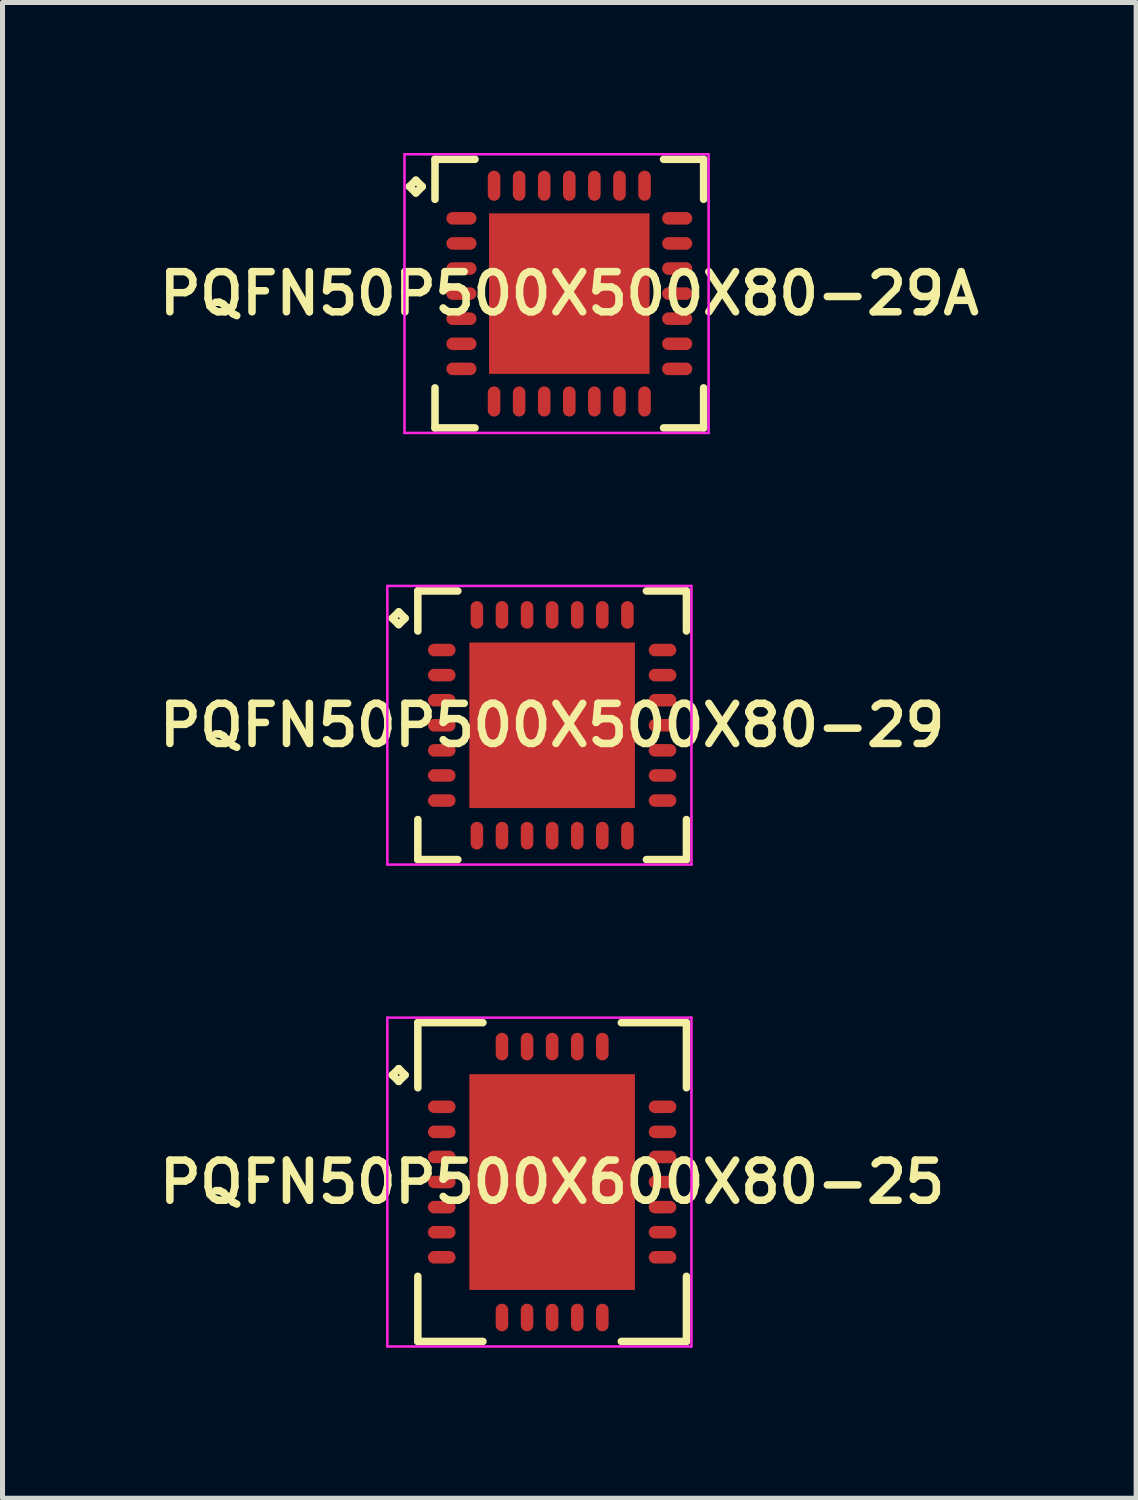
<source format=kicad_pcb>
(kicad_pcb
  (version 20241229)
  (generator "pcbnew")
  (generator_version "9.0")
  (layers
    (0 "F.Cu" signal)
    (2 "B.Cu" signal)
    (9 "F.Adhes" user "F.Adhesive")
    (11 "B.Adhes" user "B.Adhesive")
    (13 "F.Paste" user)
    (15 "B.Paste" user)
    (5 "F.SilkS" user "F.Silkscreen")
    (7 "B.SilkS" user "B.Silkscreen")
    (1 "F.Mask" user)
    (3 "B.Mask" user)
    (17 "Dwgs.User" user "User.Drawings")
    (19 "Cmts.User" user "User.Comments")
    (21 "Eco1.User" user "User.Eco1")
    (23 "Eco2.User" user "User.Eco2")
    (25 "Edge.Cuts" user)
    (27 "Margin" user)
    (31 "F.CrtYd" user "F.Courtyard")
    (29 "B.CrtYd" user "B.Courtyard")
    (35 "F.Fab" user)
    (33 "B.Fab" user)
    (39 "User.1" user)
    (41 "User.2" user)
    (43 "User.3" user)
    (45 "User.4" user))
  (footprint "PQFN50P500X600X80-25"
    (layer "F.Cu")
    (at 7.955 20.51)
    (property "Reference" "PQFN50P500X600X80-25" (at 0 0 0) (layer "F.SilkS") (effects (font (size 0.8 0.8) (thickness 0.15))))
    (attr smd)
    (fp_line (start -3.185 -2.133) (end -3.058 -2.26) (stroke (width 0.15) (type solid)) (layer "F.SilkS"))
    (fp_line (start -3.058 -2.26) (end -2.931 -2.133) (stroke (width 0.15) (type solid)) (layer "F.SilkS"))
    (fp_line (start -3.058 -2.006) (end -3.185 -2.133) (stroke (width 0.15) (type solid)) (layer "F.SilkS"))
    (fp_line (start -2.931 -2.133) (end -3.058 -2.006) (stroke (width 0.15) (type solid)) (layer "F.SilkS"))
    (fp_line (start -2.677 -3.177) (end -1.379 -3.177) (stroke (width 0.15) (type solid)) (layer "F.SilkS"))
    (fp_line (start -2.677 -1.879) (end -2.677 -3.177) (stroke (width 0.15) (type solid)) (layer "F.SilkS"))
    (fp_line (start -2.677 1.879) (end -2.677 3.177) (stroke (width 0.15) (type solid)) (layer "F.SilkS"))
    (fp_line (start -2.677 3.177) (end -1.379 3.177) (stroke (width 0.15) (type solid)) (layer "F.SilkS"))
    (fp_line (start 1.379 -3.177) (end 2.677 -3.177) (stroke (width 0.15) (type solid)) (layer "F.SilkS"))
    (fp_line (start 1.379 3.177) (end 2.677 3.177) (stroke (width 0.15) (type solid)) (layer "F.SilkS"))
    (fp_line (start 2.677 -3.177) (end 2.677 -1.879) (stroke (width 0.15) (type solid)) (layer "F.SilkS"))
    (fp_line (start 2.677 3.177) (end 2.677 1.879) (stroke (width 0.15) (type solid)) (layer "F.SilkS"))
    (fp_line (start -3.285 -3.277) (end 2.777 -3.277) (stroke (width 0.05) (type solid)) (layer "F.CrtYd"))
    (fp_line (start -3.285 3.277) (end -3.285 -3.277) (stroke (width 0.05) (type solid)) (layer "F.CrtYd"))
    (fp_line (start 2.777 -3.277) (end 2.777 3.277) (stroke (width 0.05) (type solid)) (layer "F.CrtYd"))
    (fp_line (start 2.777 3.277) (end -3.285 3.277) (stroke (width 0.05) (type solid)) (layer "F.CrtYd"))
    (pad "1" smd oval (at -2.2 -1.5) (size 0.55 0.25) (layers "F.Cu" "F.Mask" "F.Paste"))
    (pad "2" smd oval (at -2.2 -1) (size 0.55 0.25) (layers "F.Cu" "F.Mask" "F.Paste"))
    (pad "3" smd oval (at -2.2 -0.5) (size 0.55 0.25) (layers "F.Cu" "F.Mask" "F.Paste"))
    (pad "4" smd oval (at -2.2 0) (size 0.55 0.25) (layers "F.Cu" "F.Mask" "F.Paste"))
    (pad "5" smd oval (at -2.2 0.5) (size 0.55 0.25) (layers "F.Cu" "F.Mask" "F.Paste"))
    (pad "6" smd oval (at -2.2 1) (size 0.55 0.25) (layers "F.Cu" "F.Mask" "F.Paste"))
    (pad "7" smd oval (at -2.2 1.5) (size 0.55 0.25) (layers "F.Cu" "F.Mask" "F.Paste"))
    (pad "8" smd oval (at -1 2.7) (size 0.25 0.55) (layers "F.Cu" "F.Mask" "F.Paste"))
    (pad "9" smd oval (at -0.5 2.7) (size 0.25 0.55) (layers "F.Cu" "F.Mask" "F.Paste"))
    (pad "10" smd oval (at 0 2.7) (size 0.25 0.55) (layers "F.Cu" "F.Mask" "F.Paste"))
    (pad "11" smd oval (at 0.5 2.7) (size 0.25 0.55) (layers "F.Cu" "F.Mask" "F.Paste"))
    (pad "12" smd oval (at 1 2.7) (size 0.25 0.55) (layers "F.Cu" "F.Mask" "F.Paste"))
    (pad "13" smd oval (at 2.2 1.5) (size 0.55 0.25) (layers "F.Cu" "F.Mask" "F.Paste"))
    (pad "14" smd oval (at 2.2 1) (size 0.55 0.25) (layers "F.Cu" "F.Mask" "F.Paste"))
    (pad "15" smd oval (at 2.2 0.5) (size 0.55 0.25) (layers "F.Cu" "F.Mask" "F.Paste"))
    (pad "16" smd oval (at 2.2 0) (size 0.55 0.25) (layers "F.Cu" "F.Mask" "F.Paste"))
    (pad "17" smd oval (at 2.2 -0.5) (size 0.55 0.25) (layers "F.Cu" "F.Mask" "F.Paste"))
    (pad "18" smd oval (at 2.2 -1) (size 0.55 0.25) (layers "F.Cu" "F.Mask" "F.Paste"))
    (pad "19" smd oval (at 2.2 -1.5) (size 0.55 0.25) (layers "F.Cu" "F.Mask" "F.Paste"))
    (pad "20" smd oval (at 1 -2.7) (size 0.25 0.55) (layers "F.Cu" "F.Mask" "F.Paste"))
    (pad "21" smd oval (at 0.5 -2.7) (size 0.25 0.55) (layers "F.Cu" "F.Mask" "F.Paste"))
    (pad "22" smd oval (at 0 -2.7) (size 0.25 0.55) (layers "F.Cu" "F.Mask" "F.Paste"))
    (pad "23" smd oval (at -0.5 -2.7) (size 0.25 0.55) (layers "F.Cu" "F.Mask" "F.Paste"))
    (pad "24" smd oval (at -1 -2.7) (size 0.25 0.55) (layers "F.Cu" "F.Mask" "F.Paste"))
    (pad "25" smd rect (at 0 0) (size 3.3 4.3) (layers "F.Cu" "F.Mask" "F.Paste")))
  (footprint "PQFN50P500X500X80-29"
    (layer "F.Cu")
    (at 7.955 11.406)
    (property "Reference" "PQFN50P500X500X80-29" (at 0 0 0) (layer "F.SilkS") (effects (font (size 0.8 0.8) (thickness 0.15))))
    (attr smd)
    (fp_line (start -3.185 -2.133) (end -3.058 -2.26) (stroke (width 0.15) (type solid)) (layer "F.SilkS"))
    (fp_line (start -3.058 -2.26) (end -2.931 -2.133) (stroke (width 0.15) (type solid)) (layer "F.SilkS"))
    (fp_line (start -3.058 -2.006) (end -3.185 -2.133) (stroke (width 0.15) (type solid)) (layer "F.SilkS"))
    (fp_line (start -2.931 -2.133) (end -3.058 -2.006) (stroke (width 0.15) (type solid)) (layer "F.SilkS"))
    (fp_line (start -2.677 -2.677) (end -1.879 -2.677) (stroke (width 0.15) (type solid)) (layer "F.SilkS"))
    (fp_line (start -2.677 -1.879) (end -2.677 -2.677) (stroke (width 0.15) (type solid)) (layer "F.SilkS"))
    (fp_line (start -2.677 1.879) (end -2.677 2.677) (stroke (width 0.15) (type solid)) (layer "F.SilkS"))
    (fp_line (start -2.677 2.677) (end -1.879 2.677) (stroke (width 0.15) (type solid)) (layer "F.SilkS"))
    (fp_line (start 1.879 -2.677) (end 2.677 -2.677) (stroke (width 0.15) (type solid)) (layer "F.SilkS"))
    (fp_line (start 1.879 2.677) (end 2.677 2.677) (stroke (width 0.15) (type solid)) (layer "F.SilkS"))
    (fp_line (start 2.677 -2.677) (end 2.677 -1.879) (stroke (width 0.15) (type solid)) (layer "F.SilkS"))
    (fp_line (start 2.677 2.677) (end 2.677 1.879) (stroke (width 0.15) (type solid)) (layer "F.SilkS"))
    (fp_line (start -3.285 -2.777) (end 2.777 -2.777) (stroke (width 0.05) (type solid)) (layer "F.CrtYd"))
    (fp_line (start -3.285 2.777) (end -3.285 -2.777) (stroke (width 0.05) (type solid)) (layer "F.CrtYd"))
    (fp_line (start 2.777 -2.777) (end 2.777 2.777) (stroke (width 0.05) (type solid)) (layer "F.CrtYd"))
    (fp_line (start 2.777 2.777) (end -3.285 2.777) (stroke (width 0.05) (type solid)) (layer "F.CrtYd"))
    (pad "1" smd oval (at -2.2 -1.5) (size 0.55 0.25) (layers "F.Cu" "F.Mask" "F.Paste"))
    (pad "2" smd oval (at -2.2 -1) (size 0.55 0.25) (layers "F.Cu" "F.Mask" "F.Paste"))
    (pad "3" smd oval (at -2.2 -0.5) (size 0.55 0.25) (layers "F.Cu" "F.Mask" "F.Paste"))
    (pad "4" smd oval (at -2.2 0) (size 0.55 0.25) (layers "F.Cu" "F.Mask" "F.Paste"))
    (pad "5" smd oval (at -2.2 0.5) (size 0.55 0.25) (layers "F.Cu" "F.Mask" "F.Paste"))
    (pad "6" smd oval (at -2.2 1) (size 0.55 0.25) (layers "F.Cu" "F.Mask" "F.Paste"))
    (pad "7" smd oval (at -2.2 1.5) (size 0.55 0.25) (layers "F.Cu" "F.Mask" "F.Paste"))
    (pad "8" smd oval (at -1.5 2.2) (size 0.25 0.55) (layers "F.Cu" "F.Mask" "F.Paste"))
    (pad "9" smd oval (at -1 2.2) (size 0.25 0.55) (layers "F.Cu" "F.Mask" "F.Paste"))
    (pad "10" smd oval (at -0.5 2.2) (size 0.25 0.55) (layers "F.Cu" "F.Mask" "F.Paste"))
    (pad "11" smd oval (at 0 2.2) (size 0.25 0.55) (layers "F.Cu" "F.Mask" "F.Paste"))
    (pad "12" smd oval (at 0.5 2.2) (size 0.25 0.55) (layers "F.Cu" "F.Mask" "F.Paste"))
    (pad "13" smd oval (at 1 2.2) (size 0.25 0.55) (layers "F.Cu" "F.Mask" "F.Paste"))
    (pad "14" smd oval (at 1.5 2.2) (size 0.25 0.55) (layers "F.Cu" "F.Mask" "F.Paste"))
    (pad "15" smd oval (at 2.2 1.5) (size 0.55 0.25) (layers "F.Cu" "F.Mask" "F.Paste"))
    (pad "16" smd oval (at 2.2 1) (size 0.55 0.25) (layers "F.Cu" "F.Mask" "F.Paste"))
    (pad "17" smd oval (at 2.2 0.5) (size 0.55 0.25) (layers "F.Cu" "F.Mask" "F.Paste"))
    (pad "18" smd oval (at 2.2 0) (size 0.55 0.25) (layers "F.Cu" "F.Mask" "F.Paste"))
    (pad "19" smd oval (at 2.2 -0.5) (size 0.55 0.25) (layers "F.Cu" "F.Mask" "F.Paste"))
    (pad "20" smd oval (at 2.2 -1) (size 0.55 0.25) (layers "F.Cu" "F.Mask" "F.Paste"))
    (pad "21" smd oval (at 2.2 -1.5) (size 0.55 0.25) (layers "F.Cu" "F.Mask" "F.Paste"))
    (pad "22" smd oval (at 1.5 -2.2) (size 0.25 0.55) (layers "F.Cu" "F.Mask" "F.Paste"))
    (pad "23" smd oval (at 1 -2.2) (size 0.25 0.55) (layers "F.Cu" "F.Mask" "F.Paste"))
    (pad "24" smd oval (at 0.5 -2.2) (size 0.25 0.55) (layers "F.Cu" "F.Mask" "F.Paste"))
    (pad "25" smd oval (at 0 -2.2) (size 0.25 0.55) (layers "F.Cu" "F.Mask" "F.Paste"))
    (pad "26" smd oval (at -0.5 -2.2) (size 0.25 0.55) (layers "F.Cu" "F.Mask" "F.Paste"))
    (pad "27" smd oval (at -1 -2.2) (size 0.25 0.55) (layers "F.Cu" "F.Mask" "F.Paste"))
    (pad "28" smd oval (at -1.5 -2.2) (size 0.25 0.55) (layers "F.Cu" "F.Mask" "F.Paste"))
    (pad "29" smd rect (at 0 0) (size 3.3 3.3) (layers "F.Cu" "F.Mask" "F.Paste")))
  (footprint "PQFN50P500X500X80-29A"
    (layer "F.Cu")
    (at 8.297 2.802)
    (property "Reference" "PQFN50P500X500X80-29A" (at 0 0 0) (layer "F.SilkS") (effects (font (size 0.8 0.8) (thickness 0.15))))
    (attr smd)
    (fp_line (start -3.185 -2.133) (end -3.058 -2.26) (stroke (width 0.15) (type solid)) (layer "F.SilkS"))
    (fp_line (start -3.058 -2.26) (end -2.931 -2.133) (stroke (width 0.15) (type solid)) (layer "F.SilkS"))
    (fp_line (start -3.058 -2.006) (end -3.185 -2.133) (stroke (width 0.15) (type solid)) (layer "F.SilkS"))
    (fp_line (start -2.931 -2.133) (end -3.058 -2.006) (stroke (width 0.15) (type solid)) (layer "F.SilkS"))
    (fp_line (start -2.677 -2.677) (end -1.879 -2.677) (stroke (width 0.15) (type solid)) (layer "F.SilkS"))
    (fp_line (start -2.677 -1.879) (end -2.677 -2.677) (stroke (width 0.15) (type solid)) (layer "F.SilkS"))
    (fp_line (start -2.677 1.879) (end -2.677 2.677) (stroke (width 0.15) (type solid)) (layer "F.SilkS"))
    (fp_line (start -2.677 2.677) (end -1.879 2.677) (stroke (width 0.15) (type solid)) (layer "F.SilkS"))
    (fp_line (start 1.879 -2.677) (end 2.677 -2.677) (stroke (width 0.15) (type solid)) (layer "F.SilkS"))
    (fp_line (start 1.879 2.677) (end 2.677 2.677) (stroke (width 0.15) (type solid)) (layer "F.SilkS"))
    (fp_line (start 2.677 -2.677) (end 2.677 -1.879) (stroke (width 0.15) (type solid)) (layer "F.SilkS"))
    (fp_line (start 2.677 2.677) (end 2.677 1.879) (stroke (width 0.15) (type solid)) (layer "F.SilkS"))
    (fp_line (start -3.285 -2.777) (end 2.777 -2.777) (stroke (width 0.05) (type solid)) (layer "F.CrtYd"))
    (fp_line (start -3.285 2.777) (end -3.285 -2.777) (stroke (width 0.05) (type solid)) (layer "F.CrtYd"))
    (fp_line (start 2.777 -2.777) (end 2.777 2.777) (stroke (width 0.05) (type solid)) (layer "F.CrtYd"))
    (fp_line (start 2.777 2.777) (end -3.285 2.777) (stroke (width 0.05) (type solid)) (layer "F.CrtYd"))
    (pad "1" smd oval (at -2.15 -1.5) (size 0.6 0.25) (layers "F.Cu" "F.Mask" "F.Paste"))
    (pad "2" smd oval (at -2.15 -1) (size 0.6 0.25) (layers "F.Cu" "F.Mask" "F.Paste"))
    (pad "3" smd oval (at -2.15 -0.5) (size 0.6 0.25) (layers "F.Cu" "F.Mask" "F.Paste"))
    (pad "4" smd oval (at -2.15 0) (size 0.6 0.25) (layers "F.Cu" "F.Mask" "F.Paste"))
    (pad "5" smd oval (at -2.15 0.5) (size 0.6 0.25) (layers "F.Cu" "F.Mask" "F.Paste"))
    (pad "6" smd oval (at -2.15 1) (size 0.6 0.25) (layers "F.Cu" "F.Mask" "F.Paste"))
    (pad "7" smd oval (at -2.15 1.5) (size 0.6 0.25) (layers "F.Cu" "F.Mask" "F.Paste"))
    (pad "8" smd oval (at -1.5 2.15) (size 0.25 0.6) (layers "F.Cu" "F.Mask" "F.Paste"))
    (pad "9" smd oval (at -1 2.15) (size 0.25 0.6) (layers "F.Cu" "F.Mask" "F.Paste"))
    (pad "10" smd oval (at -0.5 2.15) (size 0.25 0.6) (layers "F.Cu" "F.Mask" "F.Paste"))
    (pad "11" smd oval (at 0 2.15) (size 0.25 0.6) (layers "F.Cu" "F.Mask" "F.Paste"))
    (pad "12" smd oval (at 0.5 2.15) (size 0.25 0.6) (layers "F.Cu" "F.Mask" "F.Paste"))
    (pad "13" smd oval (at 1 2.15) (size 0.25 0.6) (layers "F.Cu" "F.Mask" "F.Paste"))
    (pad "14" smd oval (at 1.5 2.15) (size 0.25 0.6) (layers "F.Cu" "F.Mask" "F.Paste"))
    (pad "15" smd oval (at 2.15 1.5) (size 0.6 0.25) (layers "F.Cu" "F.Mask" "F.Paste"))
    (pad "16" smd oval (at 2.15 1) (size 0.6 0.25) (layers "F.Cu" "F.Mask" "F.Paste"))
    (pad "17" smd oval (at 2.15 0.5) (size 0.6 0.25) (layers "F.Cu" "F.Mask" "F.Paste"))
    (pad "18" smd oval (at 2.15 0) (size 0.6 0.25) (layers "F.Cu" "F.Mask" "F.Paste"))
    (pad "19" smd oval (at 2.15 -0.5) (size 0.6 0.25) (layers "F.Cu" "F.Mask" "F.Paste"))
    (pad "20" smd oval (at 2.15 -1) (size 0.6 0.25) (layers "F.Cu" "F.Mask" "F.Paste"))
    (pad "21" smd oval (at 2.15 -1.5) (size 0.6 0.25) (layers "F.Cu" "F.Mask" "F.Paste"))
    (pad "22" smd oval (at 1.5 -2.15) (size 0.25 0.6) (layers "F.Cu" "F.Mask" "F.Paste"))
    (pad "23" smd oval (at 1 -2.15) (size 0.25 0.6) (layers "F.Cu" "F.Mask" "F.Paste"))
    (pad "24" smd oval (at 0.5 -2.15) (size 0.25 0.6) (layers "F.Cu" "F.Mask" "F.Paste"))
    (pad "25" smd oval (at 0 -2.15) (size 0.25 0.6) (layers "F.Cu" "F.Mask" "F.Paste"))
    (pad "26" smd oval (at -0.5 -2.15) (size 0.25 0.6) (layers "F.Cu" "F.Mask" "F.Paste"))
    (pad "27" smd oval (at -1 -2.15) (size 0.25 0.6) (layers "F.Cu" "F.Mask" "F.Paste"))
    (pad "28" smd oval (at -1.5 -2.15) (size 0.25 0.6) (layers "F.Cu" "F.Mask" "F.Paste"))
    (pad "29" smd rect (at 0 0) (size 3.2 3.2) (layers "F.Cu" "F.Mask" "F.Paste")))
  (gr_rect
    (start -3 -3)
    (end 19.595 26.812)
    (stroke (width 0.1) (type default))
    (fill no)
    (layer "Edge.Cuts")))
</source>
